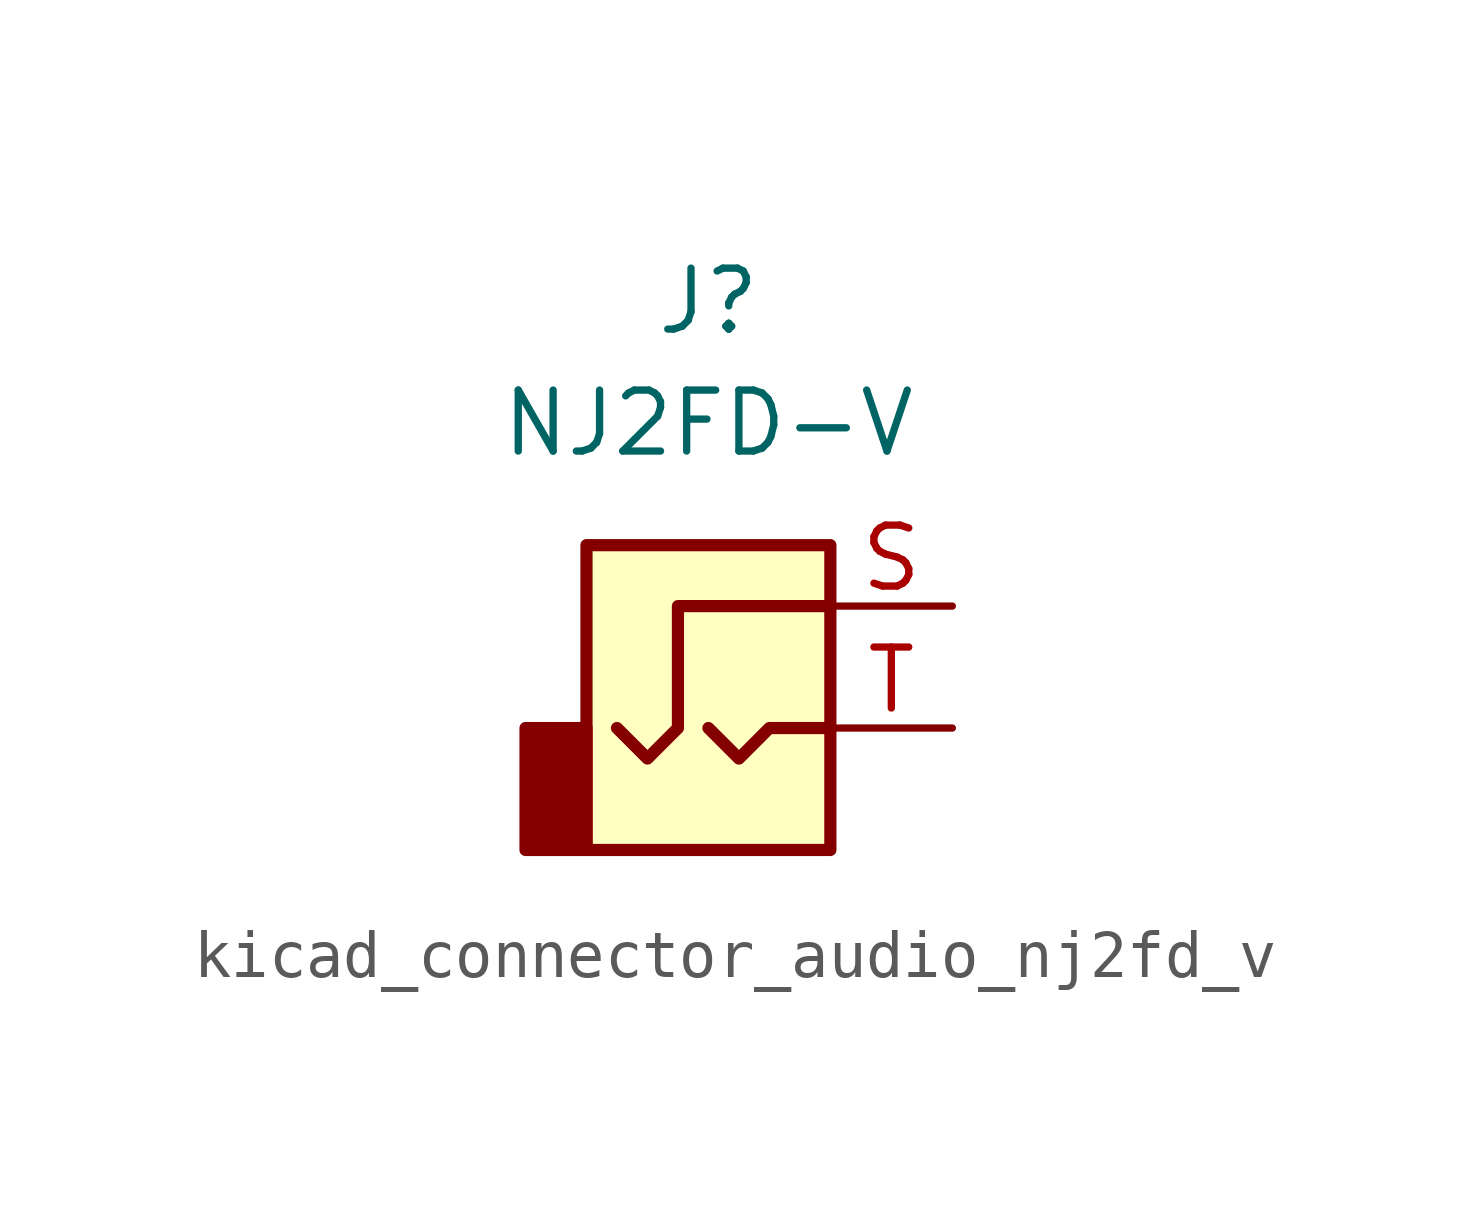
<source format=kicad_sym>
(kicad_symbol_lib
  (version 20220914)
  (generator kicad_symbol_editor)
  (symbol "kicad_connector_audio_nj2fd_v"
    (property "Reference" "J"
      (at 0 8.89 0)
      (effects (font (size 1.27 1.27))))
    (property "Value" "NJ2FD-V"
      (at 0 6.35 0)
      (effects (font (size 1.27 1.27))))
    (symbol "kicad_connector_audio_nj2fd_v_0_1"
      (rectangle (start -3.81 0) (end -2.54 -2.54) (stroke (width 0.254) (type default)) (fill (type outline)))
      (rectangle (start -2.54 3.81) (end 2.54 -2.54) (stroke (width 0.254) (type default)) (fill (type background)))
      (polyline (pts (xy 0 0) (xy 0.635 -0.635) (xy 1.27 0) (xy 2.54 0)) (stroke (width 0.254) (type default)) (fill (type none)))
      (polyline (pts (xy 2.54 2.54) (xy -0.635 2.54) (xy -0.635 0) (xy -1.27 -0.635) (xy -1.905 0)) (stroke (width 0.254) (type default)) (fill (type none))))
    (symbol "kicad_connector_audio_nj2fd_v_1_1"
      (pin passive line (at 5.08 2.54 180) (length 2.54) (name "~" (effects (font (size 1.27 1.27)))) (number "S" (effects (font (size 1.27 1.27)))))
      (pin passive line (at 5.08 0 180) (length 2.54) (name "~" (effects (font (size 1.27 1.27)))) (number "T" (effects (font (size 1.27 1.27))))))))
</source>
